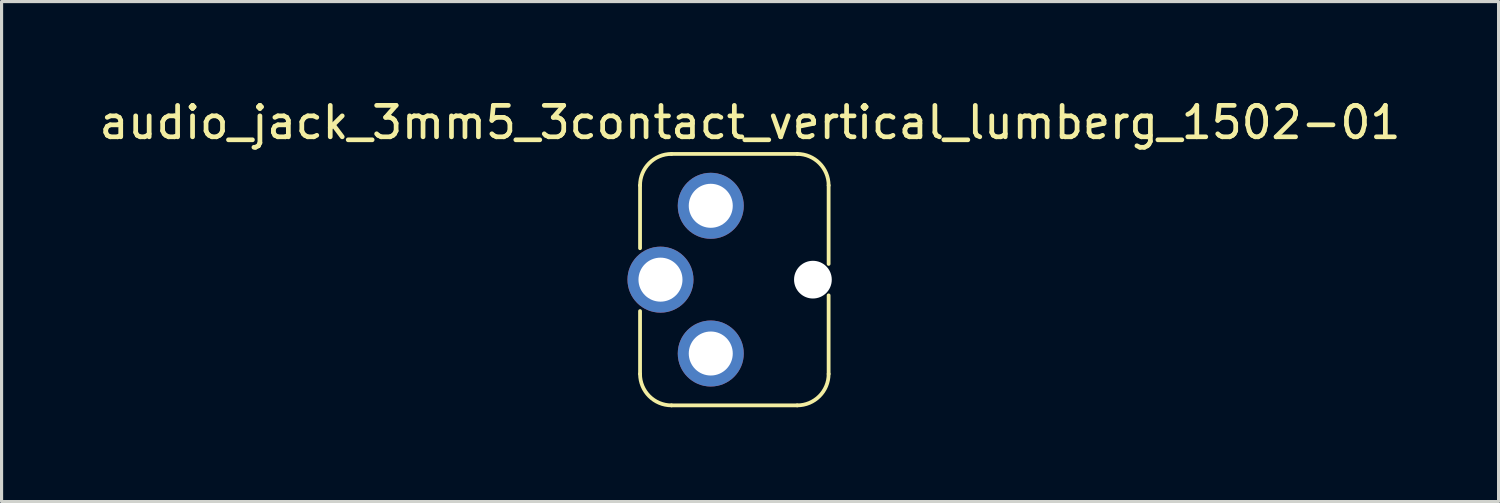
<source format=kicad_pcb>
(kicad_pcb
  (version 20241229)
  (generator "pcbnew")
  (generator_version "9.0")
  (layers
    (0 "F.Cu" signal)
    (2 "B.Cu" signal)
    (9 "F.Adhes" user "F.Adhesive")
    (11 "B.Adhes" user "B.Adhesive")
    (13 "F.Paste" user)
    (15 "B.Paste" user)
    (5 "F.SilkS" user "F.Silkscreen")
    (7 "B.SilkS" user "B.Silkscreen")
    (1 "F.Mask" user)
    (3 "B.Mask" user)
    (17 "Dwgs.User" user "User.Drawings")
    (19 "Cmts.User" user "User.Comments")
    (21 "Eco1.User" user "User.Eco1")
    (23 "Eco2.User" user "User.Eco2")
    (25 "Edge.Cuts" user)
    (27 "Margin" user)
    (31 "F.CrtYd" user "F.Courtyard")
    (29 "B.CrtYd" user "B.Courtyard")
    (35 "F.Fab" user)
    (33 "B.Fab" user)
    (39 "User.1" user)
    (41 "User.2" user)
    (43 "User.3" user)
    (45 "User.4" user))
  (footprint "audio_jack_3mm5_3contact_vertical_lumberg_1502-01"
    (layer "F.Cu")
    (at 20.315 5.848)
    (property "Reference" "audio_jack_3mm5_3contact_vertical_lumberg_1502-01" (at 0.5 -5 0) (unlocked yes) (layer "F.SilkS") (effects (font (size 1 1) (thickness 0.15))))
    (attr through_hole)
    (fp_line (start -3 -3) (end -3 -1) (stroke (width 0.12) (type solid)) (layer "F.SilkS"))
    (fp_line (start -3 1) (end -3 3) (stroke (width 0.12) (type solid)) (layer "F.SilkS"))
    (fp_line (start 2 -4) (end -2 -4) (stroke (width 0.12) (type solid)) (layer "F.SilkS"))
    (fp_line (start 2 4) (end -2 4) (stroke (width 0.12) (type solid)) (layer "F.SilkS"))
    (fp_line (start 3 -3) (end 3 -0.5) (stroke (width 0.12) (type solid)) (layer "F.SilkS"))
    (fp_line (start 3 0.5) (end 3 3) (stroke (width 0.12) (type solid)) (layer "F.SilkS"))
    (fp_arc (start -3 -3) (mid -2.707107 -3.707107) (end -2 -4) (stroke (width 0.12) (type solid)) (layer "F.SilkS"))
    (fp_arc (start -2 4) (mid -2.707107 3.707107) (end -3 3) (stroke (width 0.12) (type solid)) (layer "F.SilkS"))
    (fp_arc (start 2 -4) (mid 2.707107 -3.707107) (end 3 -3) (stroke (width 0.12) (type solid)) (layer "F.SilkS"))
    (fp_arc (start 3 3) (mid 2.707107 3.707107) (end 2 4) (stroke (width 0.12) (type solid)) (layer "F.SilkS"))
    (pad "" np_thru_hole circle (at 2.5 0) (size 1.2 1.2) (drill 1.2) (layers "*.Cu" "*.Mask"))
    (pad "1" thru_hole circle (at -0.75 -2.35) (size 2.1 2.1) (drill 1.4) (layers "*.Cu" "*.Mask"))
    (pad "2" thru_hole circle (at -2.35 0) (size 2.1 2.1) (drill 1.4) (layers "*.Cu" "*.Mask"))
    (pad "3" thru_hole circle (at -0.75 2.35) (size 2.1 2.1) (drill 1.4) (layers "*.Cu" "*.Mask")))
  (gr_rect
    (start -3 -3)
    (end 44.631 12.908)
    (stroke (width 0.1) (type default))
    (fill no)
    (layer "Edge.Cuts")))
</source>
